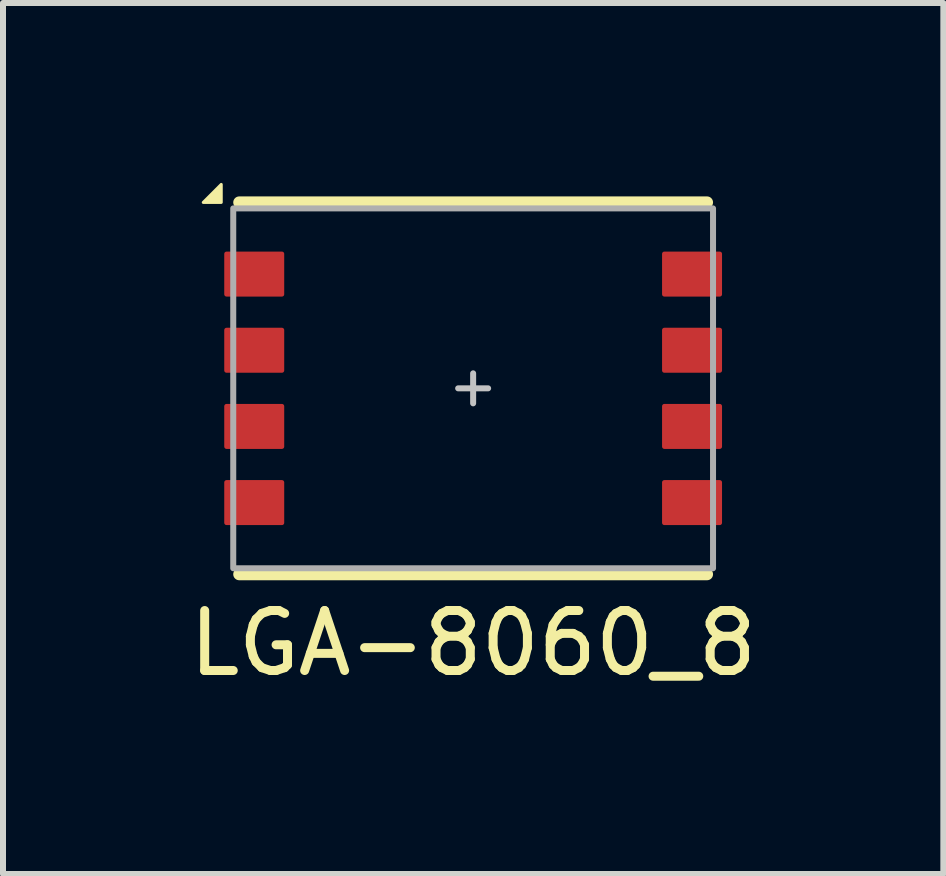
<source format=kicad_pcb>
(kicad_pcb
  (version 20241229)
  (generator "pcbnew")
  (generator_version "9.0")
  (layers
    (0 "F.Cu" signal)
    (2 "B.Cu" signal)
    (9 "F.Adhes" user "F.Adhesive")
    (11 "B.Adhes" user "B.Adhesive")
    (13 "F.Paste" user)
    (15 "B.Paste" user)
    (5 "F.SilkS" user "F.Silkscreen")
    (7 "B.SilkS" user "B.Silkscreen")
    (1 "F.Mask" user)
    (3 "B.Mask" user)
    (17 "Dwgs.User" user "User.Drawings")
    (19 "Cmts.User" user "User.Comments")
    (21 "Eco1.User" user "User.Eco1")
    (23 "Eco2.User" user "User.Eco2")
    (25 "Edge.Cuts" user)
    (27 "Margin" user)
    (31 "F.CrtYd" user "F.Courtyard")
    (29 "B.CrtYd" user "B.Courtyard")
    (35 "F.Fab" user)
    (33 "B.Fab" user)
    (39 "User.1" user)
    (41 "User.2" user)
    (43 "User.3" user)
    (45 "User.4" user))
  (footprint "LGA-8060_8"
    (layer "F.Cu")
    (at 4.839 3.425)
    (property "Reference" "LGA-8060_8" (at 0 4.25 0) (unlocked yes) (layer "F.SilkS") (effects (font (size 1 1) (thickness 0.15))))
    (attr smd)
    (fp_line (start -3.9 -3.1) (end 3.9 -3.1) (stroke (width 0.2) (type solid)) (layer "F.SilkS"))
    (fp_line (start -3.9 3.1) (end 3.9 3.1) (stroke (width 0.2) (type solid)) (layer "F.SilkS"))
    (fp_poly (pts (xy -4.2 -3.4) (xy -4.2 -3.1) (xy -4.5 -3.1)) (stroke (width 0.05) (type solid)) (fill yes) (layer "F.SilkS"))
    (fp_line (start -0.25 0) (end 0.25 0) (stroke (width 0.1) (type solid)) (layer "Dwgs.User"))
    (fp_line (start 0 0.25) (end 0 -0.25) (stroke (width 0.1) (type solid)) (layer "Dwgs.User"))
    (fp_rect (start -4 -3) (end 4 3) (stroke (width 0.1) (type solid)) (fill no) (layer "F.Fab"))
    (pad "1" smd roundrect (at -3.65 -1.905) (size 1 0.75) (layers "F.Cu" "F.Mask" "F.Paste") (roundrect_rratio 0.05))
    (pad "2" smd roundrect (at -3.65 -0.635) (size 1 0.75) (layers "F.Cu" "F.Mask" "F.Paste") (roundrect_rratio 0.05))
    (pad "3" smd roundrect (at -3.65 0.635) (size 1 0.75) (layers "F.Cu" "F.Mask" "F.Paste") (roundrect_rratio 0.05))
    (pad "4" smd roundrect (at -3.65 1.905) (size 1 0.75) (layers "F.Cu" "F.Mask" "F.Paste") (roundrect_rratio 0.05))
    (pad "5" smd roundrect (at 3.65 1.905) (size 1 0.75) (layers "F.Cu" "F.Mask" "F.Paste") (roundrect_rratio 0.05))
    (pad "6" smd roundrect (at 3.65 0.635) (size 1 0.75) (layers "F.Cu" "F.Mask" "F.Paste") (roundrect_rratio 0.05))
    (pad "7" smd roundrect (at 3.65 -0.635) (size 1 0.75) (layers "F.Cu" "F.Mask" "F.Paste") (roundrect_rratio 0.05))
    (pad "8" smd roundrect (at 3.65 -1.905) (size 1 0.75) (layers "F.Cu" "F.Mask" "F.Paste") (roundrect_rratio 0.05)))
  (gr_rect
    (start -3 -3)
    (end 12.679 11.523)
    (stroke (width 0.1) (type default))
    (fill no)
    (layer "Edge.Cuts")))
</source>
